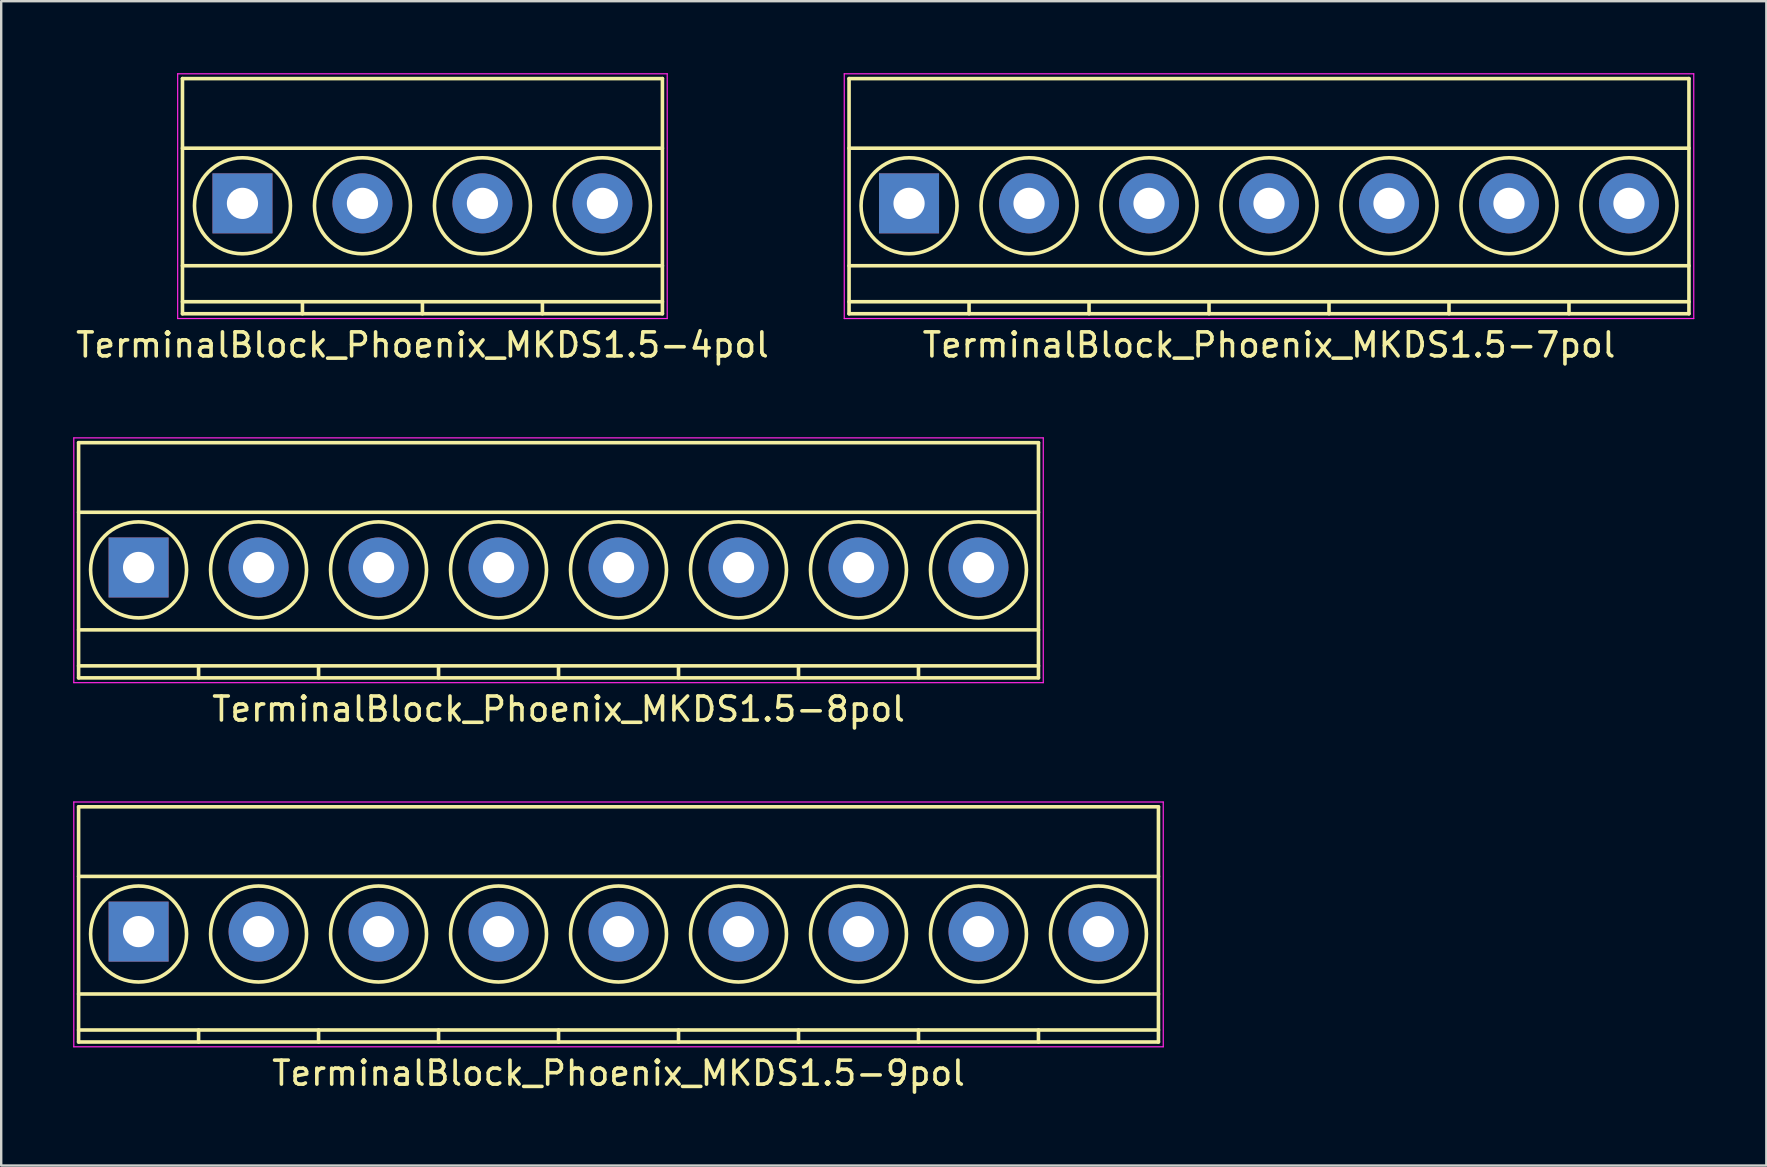
<source format=kicad_pcb>
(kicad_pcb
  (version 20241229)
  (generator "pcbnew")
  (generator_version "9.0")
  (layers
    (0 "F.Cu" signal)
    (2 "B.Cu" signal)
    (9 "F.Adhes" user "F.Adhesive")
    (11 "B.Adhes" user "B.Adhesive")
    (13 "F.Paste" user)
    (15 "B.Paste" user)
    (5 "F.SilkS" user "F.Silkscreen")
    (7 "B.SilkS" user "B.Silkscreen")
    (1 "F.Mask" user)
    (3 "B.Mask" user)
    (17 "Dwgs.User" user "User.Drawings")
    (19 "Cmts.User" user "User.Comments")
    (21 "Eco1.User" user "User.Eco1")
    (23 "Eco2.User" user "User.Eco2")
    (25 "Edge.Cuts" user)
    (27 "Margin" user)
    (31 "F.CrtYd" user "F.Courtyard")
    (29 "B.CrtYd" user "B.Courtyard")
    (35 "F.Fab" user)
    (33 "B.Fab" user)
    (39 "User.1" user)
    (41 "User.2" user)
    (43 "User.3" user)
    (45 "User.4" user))
  (footprint "TerminalBlock_Phoenix_MKDS1.5-7pol"
    (layer "F.Cu")
    (at 34.832 5.425)
    (property "Reference" "TerminalBlock_Phoenix_MKDS1.5-7pol" (at 15 5.9 0) (layer "F.SilkS") (effects (font (size 1 1) (thickness 0.15))))
    (attr through_hole)
    (fp_line (start -2.5 -5.2) (end -2.5 4.6) (stroke (width 0.15) (type solid)) (layer "F.SilkS"))
    (fp_line (start -2.5 -2.3) (end 32.5 -2.3) (stroke (width 0.15) (type solid)) (layer "F.SilkS"))
    (fp_line (start -2.5 2.6) (end 32.5 2.6) (stroke (width 0.15) (type solid)) (layer "F.SilkS"))
    (fp_line (start -2.5 4.1) (end 32.5 4.1) (stroke (width 0.15) (type solid)) (layer "F.SilkS"))
    (fp_line (start -2.5 4.6) (end 32.5 4.6) (stroke (width 0.15) (type solid)) (layer "F.SilkS"))
    (fp_line (start 2.5 4.1) (end 2.5 4.6) (stroke (width 0.15) (type solid)) (layer "F.SilkS"))
    (fp_line (start 7.5 4.1) (end 7.5 4.6) (stroke (width 0.15) (type solid)) (layer "F.SilkS"))
    (fp_line (start 12.5 4.1) (end 12.5 4.6) (stroke (width 0.15) (type solid)) (layer "F.SilkS"))
    (fp_line (start 17.5 4.1) (end 17.5 4.6) (stroke (width 0.15) (type solid)) (layer "F.SilkS"))
    (fp_line (start 22.5 4.1) (end 22.5 4.6) (stroke (width 0.15) (type solid)) (layer "F.SilkS"))
    (fp_line (start 27.5 4.1) (end 27.5 4.6) (stroke (width 0.15) (type solid)) (layer "F.SilkS"))
    (fp_line (start 32.5 -5.2) (end -2.5 -5.2) (stroke (width 0.15) (type solid)) (layer "F.SilkS"))
    (fp_line (start 32.5 4.6) (end 32.5 -5.2) (stroke (width 0.15) (type solid)) (layer "F.SilkS"))
    (fp_circle (center 0 0.1) (end 2 0.1) (stroke (width 0.15) (type solid)) (fill no) (layer "F.SilkS"))
    (fp_circle (center 5 0.1) (end 3 0.1) (stroke (width 0.15) (type solid)) (fill no) (layer "F.SilkS"))
    (fp_circle (center 10 0.1) (end 8 0.1) (stroke (width 0.15) (type solid)) (fill no) (layer "F.SilkS"))
    (fp_circle (center 15 0.1) (end 13 0.1) (stroke (width 0.15) (type solid)) (fill no) (layer "F.SilkS"))
    (fp_circle (center 20 0.1) (end 18 0.1) (stroke (width 0.15) (type solid)) (fill no) (layer "F.SilkS"))
    (fp_circle (center 25 0.1) (end 23 0.1) (stroke (width 0.15) (type solid)) (fill no) (layer "F.SilkS"))
    (fp_circle (center 30 0.1) (end 28 0.1) (stroke (width 0.15) (type solid)) (fill no) (layer "F.SilkS"))
    (fp_line (start -2.7 -5.4) (end 32.7 -5.4) (stroke (width 0.05) (type solid)) (layer "F.CrtYd"))
    (fp_line (start -2.7 4.8) (end -2.7 -5.4) (stroke (width 0.05) (type solid)) (layer "F.CrtYd"))
    (fp_line (start 32.7 -5.4) (end 32.7 4.8) (stroke (width 0.05) (type solid)) (layer "F.CrtYd"))
    (fp_line (start 32.7 4.8) (end -2.7 4.8) (stroke (width 0.05) (type solid)) (layer "F.CrtYd"))
    (pad "1" thru_hole rect (at 0 0) (size 2.5 2.5) (drill 1.3) (layers "*.Cu" "*.Mask"))
    (pad "2" thru_hole circle (at 5 0) (size 2.5 2.5) (drill 1.3) (layers "*.Cu" "*.Mask"))
    (pad "3" thru_hole circle (at 10 0) (size 2.5 2.5) (drill 1.3) (layers "*.Cu" "*.Mask"))
    (pad "4" thru_hole circle (at 15 0) (size 2.5 2.5) (drill 1.3) (layers "*.Cu" "*.Mask"))
    (pad "5" thru_hole circle (at 20 0) (size 2.5 2.5) (drill 1.3) (layers "*.Cu" "*.Mask"))
    (pad "6" thru_hole circle (at 25 0) (size 2.5 2.5) (drill 1.3) (layers "*.Cu" "*.Mask"))
    (pad "7" thru_hole circle (at 30 0) (size 2.5 2.5) (drill 1.3) (layers "*.Cu" "*.Mask")))
  (footprint "TerminalBlock_Phoenix_MKDS1.5-8pol"
    (layer "F.Cu")
    (at 2.725 20.598)
    (property "Reference" "TerminalBlock_Phoenix_MKDS1.5-8pol" (at 17.5 5.9 0) (layer "F.SilkS") (effects (font (size 1 1) (thickness 0.15))))
    (attr through_hole)
    (fp_line (start -2.5 -5.2) (end -2.5 4.6) (stroke (width 0.15) (type solid)) (layer "F.SilkS"))
    (fp_line (start -2.5 -2.3) (end 37.5 -2.3) (stroke (width 0.15) (type solid)) (layer "F.SilkS"))
    (fp_line (start -2.5 2.6) (end 37.5 2.6) (stroke (width 0.15) (type solid)) (layer "F.SilkS"))
    (fp_line (start -2.5 4.1) (end 37.5 4.1) (stroke (width 0.15) (type solid)) (layer "F.SilkS"))
    (fp_line (start -2.5 4.6) (end 37.5 4.6) (stroke (width 0.15) (type solid)) (layer "F.SilkS"))
    (fp_line (start 2.5 4.1) (end 2.5 4.6) (stroke (width 0.15) (type solid)) (layer "F.SilkS"))
    (fp_line (start 7.5 4.1) (end 7.5 4.6) (stroke (width 0.15) (type solid)) (layer "F.SilkS"))
    (fp_line (start 12.5 4.1) (end 12.5 4.6) (stroke (width 0.15) (type solid)) (layer "F.SilkS"))
    (fp_line (start 17.5 4.1) (end 17.5 4.6) (stroke (width 0.15) (type solid)) (layer "F.SilkS"))
    (fp_line (start 22.5 4.1) (end 22.5 4.6) (stroke (width 0.15) (type solid)) (layer "F.SilkS"))
    (fp_line (start 27.5 4.1) (end 27.5 4.6) (stroke (width 0.15) (type solid)) (layer "F.SilkS"))
    (fp_line (start 32.5 4.1) (end 32.5 4.6) (stroke (width 0.15) (type solid)) (layer "F.SilkS"))
    (fp_line (start 37.5 -5.2) (end -2.5 -5.2) (stroke (width 0.15) (type solid)) (layer "F.SilkS"))
    (fp_line (start 37.5 4.6) (end 37.5 -5.2) (stroke (width 0.15) (type solid)) (layer "F.SilkS"))
    (fp_circle (center 0 0.1) (end 2 0.1) (stroke (width 0.15) (type solid)) (fill no) (layer "F.SilkS"))
    (fp_circle (center 5 0.1) (end 3 0.1) (stroke (width 0.15) (type solid)) (fill no) (layer "F.SilkS"))
    (fp_circle (center 10 0.1) (end 8 0.1) (stroke (width 0.15) (type solid)) (fill no) (layer "F.SilkS"))
    (fp_circle (center 15 0.1) (end 13 0.1) (stroke (width 0.15) (type solid)) (fill no) (layer "F.SilkS"))
    (fp_circle (center 20 0.1) (end 18 0.1) (stroke (width 0.15) (type solid)) (fill no) (layer "F.SilkS"))
    (fp_circle (center 25 0.1) (end 23 0.1) (stroke (width 0.15) (type solid)) (fill no) (layer "F.SilkS"))
    (fp_circle (center 30 0.1) (end 28 0.1) (stroke (width 0.15) (type solid)) (fill no) (layer "F.SilkS"))
    (fp_circle (center 35 0.1) (end 33 0.1) (stroke (width 0.15) (type solid)) (fill no) (layer "F.SilkS"))
    (fp_line (start -2.7 -5.4) (end 37.7 -5.4) (stroke (width 0.05) (type solid)) (layer "F.CrtYd"))
    (fp_line (start -2.7 4.8) (end -2.7 -5.4) (stroke (width 0.05) (type solid)) (layer "F.CrtYd"))
    (fp_line (start 37.7 -5.4) (end 37.7 4.8) (stroke (width 0.05) (type solid)) (layer "F.CrtYd"))
    (fp_line (start 37.7 4.8) (end -2.7 4.8) (stroke (width 0.05) (type solid)) (layer "F.CrtYd"))
    (pad "1" thru_hole rect (at 0 0) (size 2.5 2.5) (drill 1.3) (layers "*.Cu" "*.Mask"))
    (pad "2" thru_hole circle (at 5 0) (size 2.5 2.5) (drill 1.3) (layers "*.Cu" "*.Mask"))
    (pad "3" thru_hole circle (at 10 0) (size 2.5 2.5) (drill 1.3) (layers "*.Cu" "*.Mask"))
    (pad "4" thru_hole circle (at 15 0) (size 2.5 2.5) (drill 1.3) (layers "*.Cu" "*.Mask"))
    (pad "5" thru_hole circle (at 20 0) (size 2.5 2.5) (drill 1.3) (layers "*.Cu" "*.Mask"))
    (pad "6" thru_hole circle (at 25 0) (size 2.5 2.5) (drill 1.3) (layers "*.Cu" "*.Mask"))
    (pad "7" thru_hole circle (at 30 0) (size 2.5 2.5) (drill 1.3) (layers "*.Cu" "*.Mask"))
    (pad "8" thru_hole circle (at 35 0) (size 2.5 2.5) (drill 1.3) (layers "*.Cu" "*.Mask")))
  (footprint "TerminalBlock_Phoenix_MKDS1.5-4pol"
    (layer "F.Cu")
    (at 7.054 5.425)
    (property "Reference" "TerminalBlock_Phoenix_MKDS1.5-4pol" (at 7.5 5.9 0) (layer "F.SilkS") (effects (font (size 1 1) (thickness 0.15))))
    (attr through_hole)
    (fp_line (start -2.5 -5.2) (end -2.5 4.6) (stroke (width 0.15) (type solid)) (layer "F.SilkS"))
    (fp_line (start -2.5 -2.3) (end 17.5 -2.3) (stroke (width 0.15) (type solid)) (layer "F.SilkS"))
    (fp_line (start -2.5 2.6) (end 17.5 2.6) (stroke (width 0.15) (type solid)) (layer "F.SilkS"))
    (fp_line (start -2.5 4.1) (end 17.5 4.1) (stroke (width 0.15) (type solid)) (layer "F.SilkS"))
    (fp_line (start -2.5 4.6) (end 17.5 4.6) (stroke (width 0.15) (type solid)) (layer "F.SilkS"))
    (fp_line (start 2.5 4.1) (end 2.5 4.6) (stroke (width 0.15) (type solid)) (layer "F.SilkS"))
    (fp_line (start 7.5 4.1) (end 7.5 4.6) (stroke (width 0.15) (type solid)) (layer "F.SilkS"))
    (fp_line (start 12.5 4.1) (end 12.5 4.6) (stroke (width 0.15) (type solid)) (layer "F.SilkS"))
    (fp_line (start 17.5 -5.2) (end -2.5 -5.2) (stroke (width 0.15) (type solid)) (layer "F.SilkS"))
    (fp_line (start 17.5 4.6) (end 17.5 -5.2) (stroke (width 0.15) (type solid)) (layer "F.SilkS"))
    (fp_circle (center 0 0.1) (end 2 0.1) (stroke (width 0.15) (type solid)) (fill no) (layer "F.SilkS"))
    (fp_circle (center 5 0.1) (end 3 0.1) (stroke (width 0.15) (type solid)) (fill no) (layer "F.SilkS"))
    (fp_circle (center 10 0.1) (end 8 0.1) (stroke (width 0.15) (type solid)) (fill no) (layer "F.SilkS"))
    (fp_circle (center 15 0.1) (end 13 0.1) (stroke (width 0.15) (type solid)) (fill no) (layer "F.SilkS"))
    (fp_line (start -2.7 -5.4) (end 17.7 -5.4) (stroke (width 0.05) (type solid)) (layer "F.CrtYd"))
    (fp_line (start -2.7 4.8) (end -2.7 -5.4) (stroke (width 0.05) (type solid)) (layer "F.CrtYd"))
    (fp_line (start 17.7 -5.4) (end 17.7 4.8) (stroke (width 0.05) (type solid)) (layer "F.CrtYd"))
    (fp_line (start 17.7 4.8) (end -2.7 4.8) (stroke (width 0.05) (type solid)) (layer "F.CrtYd"))
    (pad "1" thru_hole rect (at 0 0) (size 2.5 2.5) (drill 1.3) (layers "*.Cu" "*.Mask"))
    (pad "2" thru_hole circle (at 5 0) (size 2.5 2.5) (drill 1.3) (layers "*.Cu" "*.Mask"))
    (pad "3" thru_hole circle (at 10 0) (size 2.5 2.5) (drill 1.3) (layers "*.Cu" "*.Mask"))
    (pad "4" thru_hole circle (at 15 0) (size 2.5 2.5) (drill 1.3) (layers "*.Cu" "*.Mask")))
  (footprint "TerminalBlock_Phoenix_MKDS1.5-9pol"
    (layer "F.Cu")
    (at 2.725 35.772)
    (property "Reference" "TerminalBlock_Phoenix_MKDS1.5-9pol" (at 20 5.9 0) (layer "F.SilkS") (effects (font (size 1 1) (thickness 0.15))))
    (attr through_hole)
    (fp_line (start -2.5 -5.2) (end -2.5 4.6) (stroke (width 0.15) (type solid)) (layer "F.SilkS"))
    (fp_line (start -2.5 -2.3) (end 42.5 -2.3) (stroke (width 0.15) (type solid)) (layer "F.SilkS"))
    (fp_line (start -2.5 2.6) (end 42.5 2.6) (stroke (width 0.15) (type solid)) (layer "F.SilkS"))
    (fp_line (start -2.5 4.1) (end 42.5 4.1) (stroke (width 0.15) (type solid)) (layer "F.SilkS"))
    (fp_line (start -2.5 4.6) (end 42.5 4.6) (stroke (width 0.15) (type solid)) (layer "F.SilkS"))
    (fp_line (start 2.5 4.1) (end 2.5 4.6) (stroke (width 0.15) (type solid)) (layer "F.SilkS"))
    (fp_line (start 7.5 4.1) (end 7.5 4.6) (stroke (width 0.15) (type solid)) (layer "F.SilkS"))
    (fp_line (start 12.5 4.1) (end 12.5 4.6) (stroke (width 0.15) (type solid)) (layer "F.SilkS"))
    (fp_line (start 17.5 4.1) (end 17.5 4.6) (stroke (width 0.15) (type solid)) (layer "F.SilkS"))
    (fp_line (start 22.5 4.1) (end 22.5 4.6) (stroke (width 0.15) (type solid)) (layer "F.SilkS"))
    (fp_line (start 27.5 4.1) (end 27.5 4.6) (stroke (width 0.15) (type solid)) (layer "F.SilkS"))
    (fp_line (start 32.5 4.1) (end 32.5 4.6) (stroke (width 0.15) (type solid)) (layer "F.SilkS"))
    (fp_line (start 37.5 4.1) (end 37.5 4.6) (stroke (width 0.15) (type solid)) (layer "F.SilkS"))
    (fp_line (start 42.5 -5.2) (end -2.5 -5.2) (stroke (width 0.15) (type solid)) (layer "F.SilkS"))
    (fp_line (start 42.5 4.6) (end 42.5 -5.2) (stroke (width 0.15) (type solid)) (layer "F.SilkS"))
    (fp_circle (center 0 0.1) (end 2 0.1) (stroke (width 0.15) (type solid)) (fill no) (layer "F.SilkS"))
    (fp_circle (center 5 0.1) (end 3 0.1) (stroke (width 0.15) (type solid)) (fill no) (layer "F.SilkS"))
    (fp_circle (center 10 0.1) (end 8 0.1) (stroke (width 0.15) (type solid)) (fill no) (layer "F.SilkS"))
    (fp_circle (center 15 0.1) (end 13 0.1) (stroke (width 0.15) (type solid)) (fill no) (layer "F.SilkS"))
    (fp_circle (center 20 0.1) (end 18 0.1) (stroke (width 0.15) (type solid)) (fill no) (layer "F.SilkS"))
    (fp_circle (center 25 0.1) (end 23 0.1) (stroke (width 0.15) (type solid)) (fill no) (layer "F.SilkS"))
    (fp_circle (center 30 0.1) (end 28 0.1) (stroke (width 0.15) (type solid)) (fill no) (layer "F.SilkS"))
    (fp_circle (center 35 0.1) (end 33 0.1) (stroke (width 0.15) (type solid)) (fill no) (layer "F.SilkS"))
    (fp_circle (center 40 0.1) (end 38 0.1) (stroke (width 0.15) (type solid)) (fill no) (layer "F.SilkS"))
    (fp_line (start -2.7 -5.4) (end 42.7 -5.4) (stroke (width 0.05) (type solid)) (layer "F.CrtYd"))
    (fp_line (start -2.7 4.8) (end -2.7 -5.4) (stroke (width 0.05) (type solid)) (layer "F.CrtYd"))
    (fp_line (start 42.7 -5.4) (end 42.7 4.8) (stroke (width 0.05) (type solid)) (layer "F.CrtYd"))
    (fp_line (start 42.7 4.8) (end -2.7 4.8) (stroke (width 0.05) (type solid)) (layer "F.CrtYd"))
    (pad "1" thru_hole rect (at 0 0) (size 2.5 2.5) (drill 1.3) (layers "*.Cu" "*.Mask"))
    (pad "2" thru_hole circle (at 5 0) (size 2.5 2.5) (drill 1.3) (layers "*.Cu" "*.Mask"))
    (pad "3" thru_hole circle (at 10 0) (size 2.5 2.5) (drill 1.3) (layers "*.Cu" "*.Mask"))
    (pad "4" thru_hole circle (at 15 0) (size 2.5 2.5) (drill 1.3) (layers "*.Cu" "*.Mask"))
    (pad "5" thru_hole circle (at 20 0) (size 2.5 2.5) (drill 1.3) (layers "*.Cu" "*.Mask"))
    (pad "6" thru_hole circle (at 25 0) (size 2.5 2.5) (drill 1.3) (layers "*.Cu" "*.Mask"))
    (pad "7" thru_hole circle (at 30 0) (size 2.5 2.5) (drill 1.3) (layers "*.Cu" "*.Mask"))
    (pad "8" thru_hole circle (at 35 0) (size 2.5 2.5) (drill 1.3) (layers "*.Cu" "*.Mask"))
    (pad "9" thru_hole circle (at 40 0) (size 2.5 2.5) (drill 1.3) (layers "*.Cu" "*.Mask")))
  (gr_rect
    (start -3 -3)
    (end 70.557 45.52)
    (stroke (width 0.1) (type default))
    (fill no)
    (layer "Edge.Cuts")))
</source>
